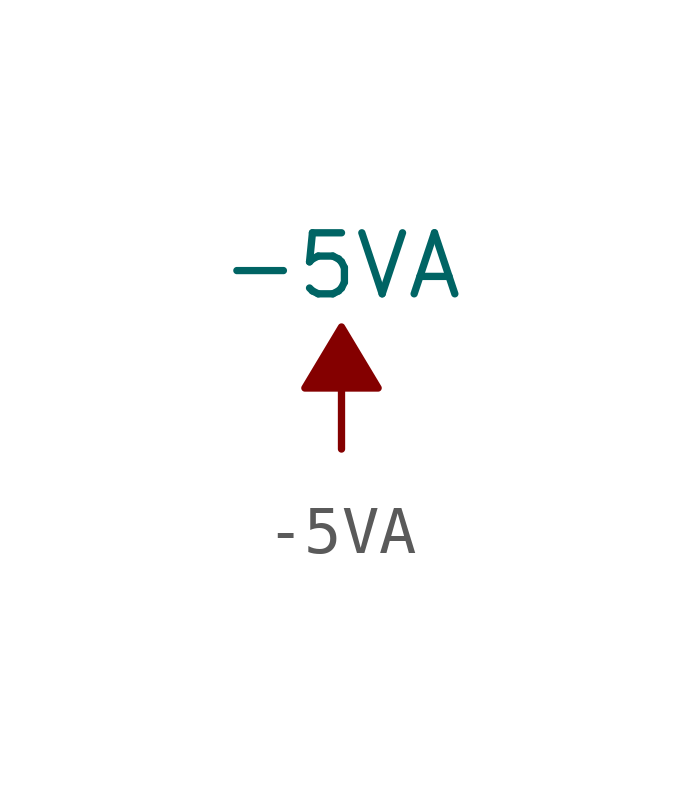
<source format=kicad_sym>
(kicad_symbol_lib
  (version 20220914)
  (generator kicad_symbol_editor)
  (symbol "-5VA"
    (pin_names
      (offset 0))
    (property "Reference" "#PWR"
      (at 0 2.54 0)
      (effects (font (size 1.27 1.27)) hide))
    (property "Value" "-5VA"
      (at 0 3.81 0)
      (effects (font (size 1.27 1.27))))
    (symbol "-5VA_0_0"
      (pin power_in line (at 0 0 90) (length 0) hide (name "-5VA" (effects (font (size 1.27 1.27)))) (number "1" (effects (font (size 1.27 1.27))))))
    (symbol "-5VA_0_1"
      (polyline (pts (xy 0 0) (xy 0 1.27) (xy 0.762 1.27) (xy 0 2.54) (xy -0.762 1.27) (xy 0 1.27)) (stroke (width 0) (type solid)) (fill (type outline))))))
</source>
